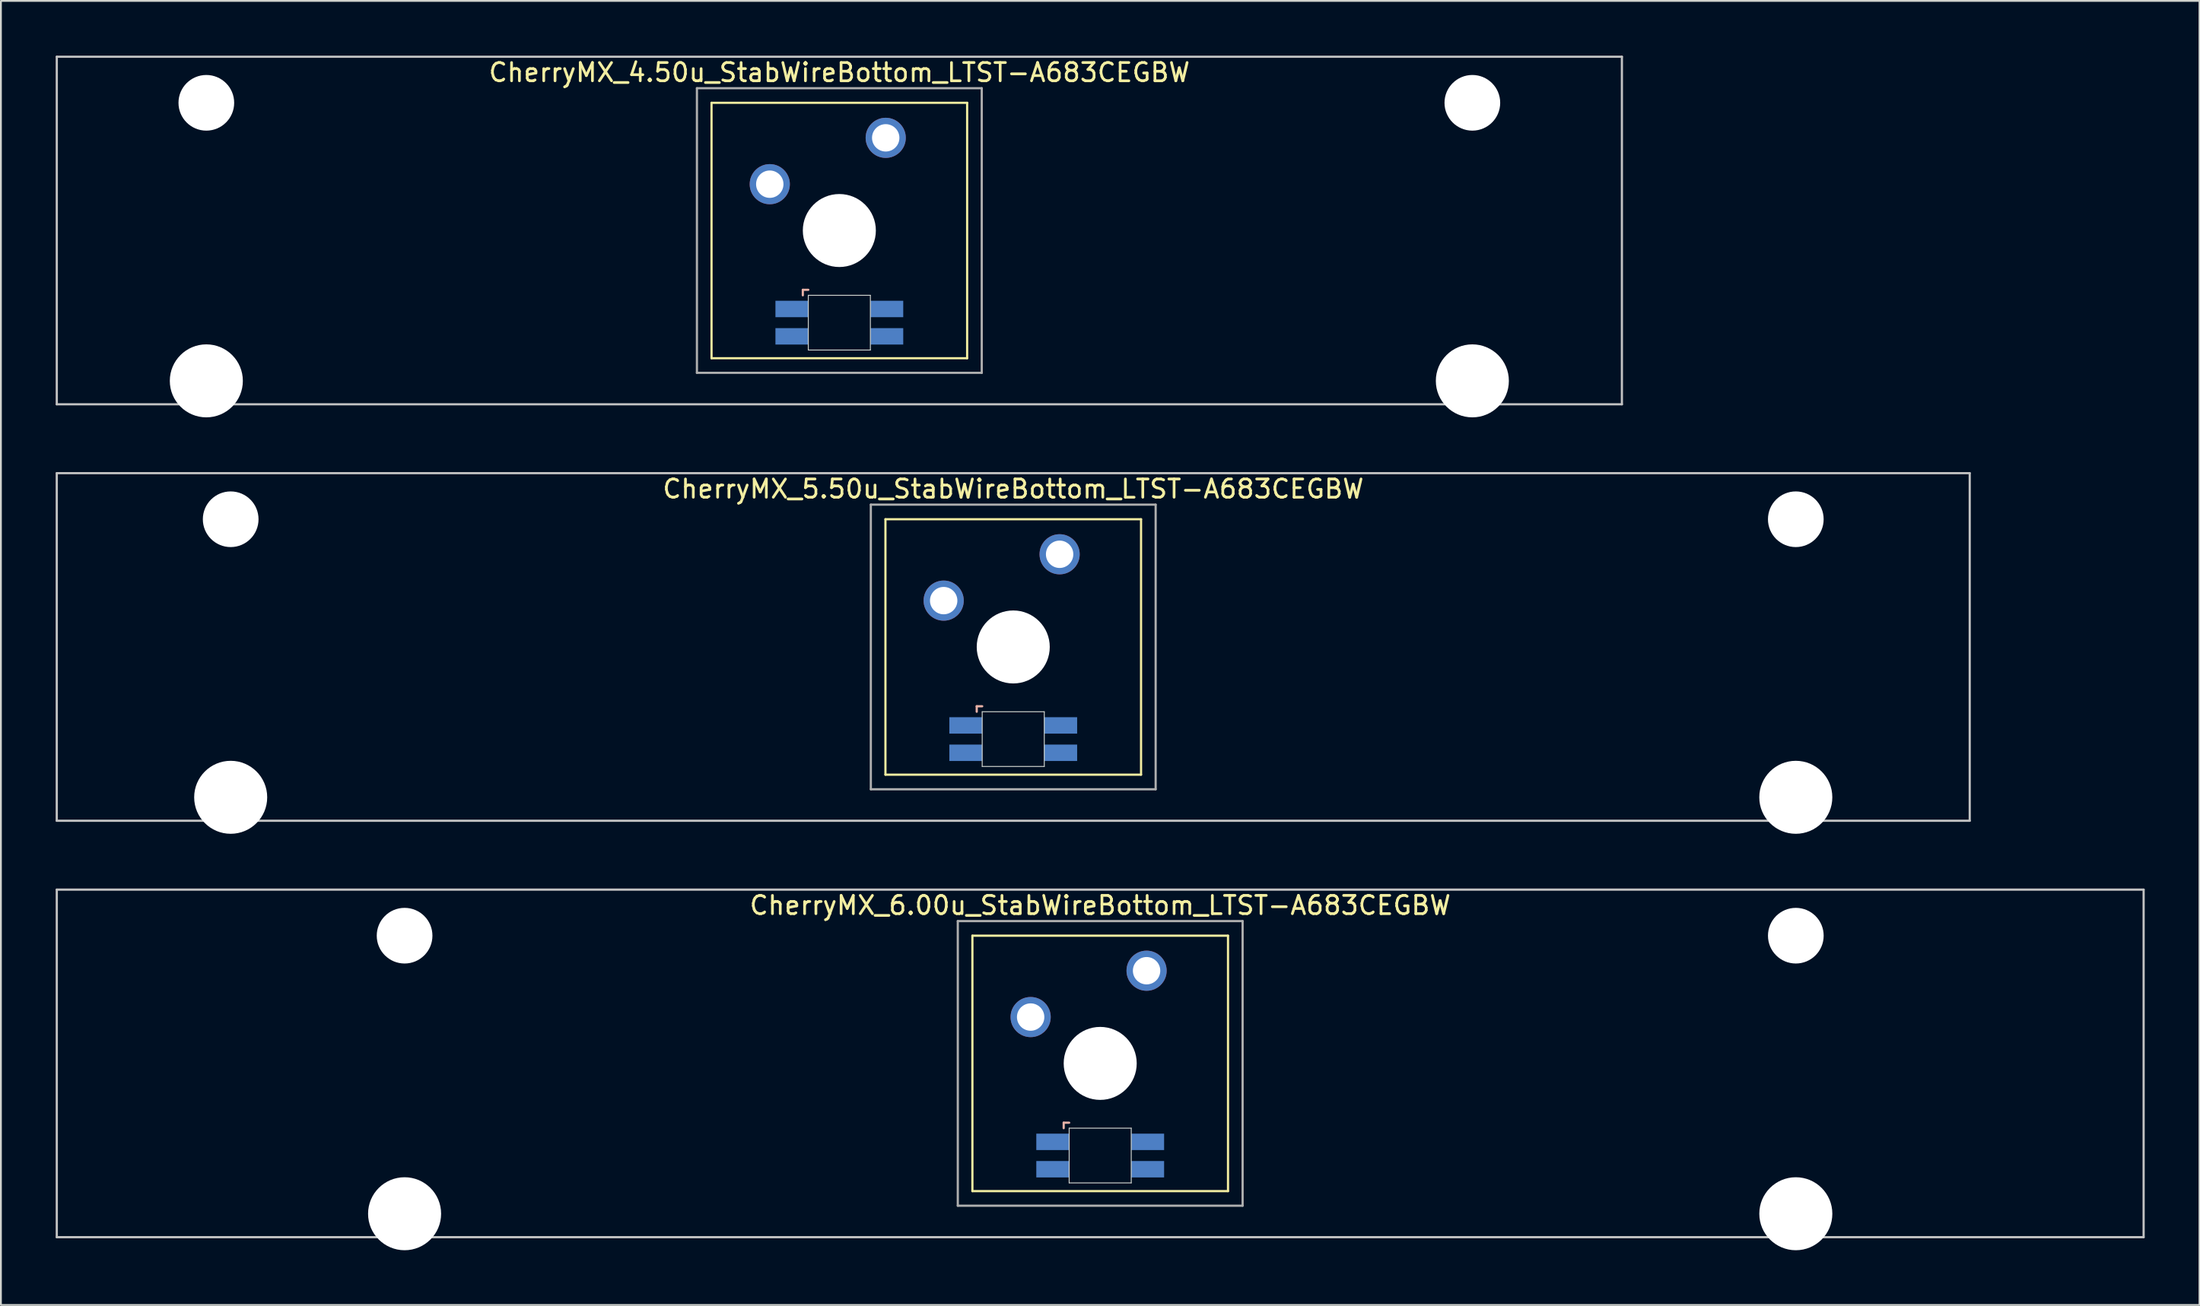
<source format=kicad_pcb>
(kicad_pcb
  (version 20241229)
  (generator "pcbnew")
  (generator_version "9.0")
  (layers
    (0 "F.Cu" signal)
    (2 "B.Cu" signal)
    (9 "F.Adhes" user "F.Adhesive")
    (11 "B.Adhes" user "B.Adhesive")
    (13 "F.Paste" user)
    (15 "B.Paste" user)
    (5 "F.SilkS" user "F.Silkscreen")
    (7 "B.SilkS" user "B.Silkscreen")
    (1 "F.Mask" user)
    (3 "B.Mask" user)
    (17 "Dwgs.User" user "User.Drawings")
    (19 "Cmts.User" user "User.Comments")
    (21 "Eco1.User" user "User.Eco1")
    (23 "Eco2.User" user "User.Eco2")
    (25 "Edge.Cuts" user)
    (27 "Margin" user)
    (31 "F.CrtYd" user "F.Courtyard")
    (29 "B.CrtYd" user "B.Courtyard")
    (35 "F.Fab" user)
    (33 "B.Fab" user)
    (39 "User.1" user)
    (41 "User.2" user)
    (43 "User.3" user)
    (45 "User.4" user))
  (footprint "CherryMX_4.50u_StabWireBottom_LTST-A683CEGBW"
    (layer "F.Cu")
    (at 42.922 9.585)
    (property "Reference" "CherryMX_4.50u_StabWireBottom_LTST-A683CEGBW" (at 0 -8.662 0) (layer "F.SilkS") (effects (font (size 1 1) (thickness 0.15))))
    (attr through_hole)
    (fp_line (start -7 -7) (end -7 7) (stroke (width 0.12) (type solid)) (layer "F.SilkS"))
    (fp_line (start -7 -7) (end 7 -7) (stroke (width 0.12) (type solid)) (layer "F.SilkS"))
    (fp_line (start 7 -7) (end 7 7) (stroke (width 0.12) (type solid)) (layer "F.SilkS"))
    (fp_line (start 7 7) (end -7 7) (stroke (width 0.12) (type solid)) (layer "F.SilkS"))
    (fp_line (start -2 3.25) (end -2 3.55) (stroke (width 0.12) (type solid)) (layer "B.SilkS"))
    (fp_line (start -1.7 3.25) (end -2 3.25) (stroke (width 0.12) (type solid)) (layer "B.SilkS"))
    (fp_line (start -42.862 -9.525) (end 42.862 -9.525) (stroke (width 0.12) (type solid)) (layer "Dwgs.User"))
    (fp_line (start -42.862 9.525) (end -42.862 -9.525) (stroke (width 0.12) (type solid)) (layer "Dwgs.User"))
    (fp_line (start 42.862 -9.525) (end 42.862 9.525) (stroke (width 0.12) (type solid)) (layer "Dwgs.User"))
    (fp_line (start 42.862 9.525) (end -42.862 9.525) (stroke (width 0.12) (type solid)) (layer "Dwgs.User"))
    (fp_line (start -1.7 3.55) (end 1.7 3.55) (stroke (width 0.05) (type solid)) (layer "Edge.Cuts"))
    (fp_line (start -1.7 6.55) (end -1.7 3.55) (stroke (width 0.05) (type solid)) (layer "Edge.Cuts"))
    (fp_line (start 1.7 3.55) (end 1.7 6.55) (stroke (width 0.05) (type solid)) (layer "Edge.Cuts"))
    (fp_line (start 1.7 6.55) (end -1.7 6.55) (stroke (width 0.05) (type solid)) (layer "Edge.Cuts"))
    (fp_line (start -7.8 -7.8) (end -7.8 7.8) (stroke (width 0.12) (type solid)) (layer "F.Fab"))
    (fp_line (start -7.8 -7.8) (end 7.8 -7.8) (stroke (width 0.12) (type solid)) (layer "F.Fab"))
    (fp_line (start -7.8 7.8) (end 7.8 7.8) (stroke (width 0.12) (type solid)) (layer "F.Fab"))
    (fp_line (start 7.8 -7.8) (end 7.8 7.8) (stroke (width 0.12) (type solid)) (layer "F.Fab"))
    (pad "" np_thru_hole circle (at -34.671 -7) (size 3.05 3.05) (drill 3.05) (layers "*.Cu" "*.Mask"))
    (pad "" np_thru_hole circle (at -34.671 8.24) (size 4 4) (drill 4) (layers "*.Cu" "*.Mask"))
    (pad "" np_thru_hole circle (at 0 0) (size 4 4) (drill 4) (layers "*.Cu" "*.Mask"))
    (pad "" np_thru_hole circle (at 34.671 -7) (size 3.05 3.05) (drill 3.05) (layers "*.Cu" "*.Mask"))
    (pad "" np_thru_hole circle (at 34.671 8.24) (size 4 4) (drill 4) (layers "*.Cu" "*.Mask"))
    (pad "1" thru_hole circle (at -3.81 -2.54) (size 2.2 2.2) (drill 1.5) (layers "*.Cu" "*.Mask"))
    (pad "2" thru_hole circle (at 2.54 -5.08) (size 2.2 2.2) (drill 1.5) (layers "*.Cu" "*.Mask"))
    (pad "3" smd rect (at -2.6 4.3) (size 1.8 0.9) (layers "B.Cu" "B.Mask" "B.Paste"))
    (pad "4" smd rect (at -2.6 5.8) (size 1.8 0.9) (layers "B.Cu" "B.Mask" "B.Paste"))
    (pad "5" smd rect (at 2.6 4.3) (size 1.8 0.9) (layers "B.Cu" "B.Mask" "B.Paste"))
    (pad "6" smd rect (at 2.6 5.8) (size 1.8 0.9) (layers "B.Cu" "B.Mask" "B.Paste")))
  (footprint "CherryMX_6.00u_StabWireBottom_LTST-A683CEGBW"
    (layer "F.Cu")
    (at 57.21 55.235)
    (property "Reference" "CherryMX_6.00u_StabWireBottom_LTST-A683CEGBW" (at 0 -8.662 0) (layer "F.SilkS") (effects (font (size 1 1) (thickness 0.15))))
    (attr through_hole)
    (fp_line (start -7 -7) (end -7 7) (stroke (width 0.12) (type solid)) (layer "F.SilkS"))
    (fp_line (start -7 -7) (end 7 -7) (stroke (width 0.12) (type solid)) (layer "F.SilkS"))
    (fp_line (start 7 -7) (end 7 7) (stroke (width 0.12) (type solid)) (layer "F.SilkS"))
    (fp_line (start 7 7) (end -7 7) (stroke (width 0.12) (type solid)) (layer "F.SilkS"))
    (fp_line (start -2 3.25) (end -2 3.55) (stroke (width 0.12) (type solid)) (layer "B.SilkS"))
    (fp_line (start -1.7 3.25) (end -2 3.25) (stroke (width 0.12) (type solid)) (layer "B.SilkS"))
    (fp_line (start -57.15 -9.525) (end 57.15 -9.525) (stroke (width 0.12) (type solid)) (layer "Dwgs.User"))
    (fp_line (start -57.15 9.525) (end -57.15 -9.525) (stroke (width 0.12) (type solid)) (layer "Dwgs.User"))
    (fp_line (start 57.15 -9.525) (end 57.15 9.525) (stroke (width 0.12) (type solid)) (layer "Dwgs.User"))
    (fp_line (start 57.15 9.525) (end -57.15 9.525) (stroke (width 0.12) (type solid)) (layer "Dwgs.User"))
    (fp_line (start -1.7 3.55) (end 1.7 3.55) (stroke (width 0.05) (type solid)) (layer "Edge.Cuts"))
    (fp_line (start -1.7 6.55) (end -1.7 3.55) (stroke (width 0.05) (type solid)) (layer "Edge.Cuts"))
    (fp_line (start 1.7 3.55) (end 1.7 6.55) (stroke (width 0.05) (type solid)) (layer "Edge.Cuts"))
    (fp_line (start 1.7 6.55) (end -1.7 6.55) (stroke (width 0.05) (type solid)) (layer "Edge.Cuts"))
    (fp_line (start -7.8 -7.8) (end -7.8 7.8) (stroke (width 0.12) (type solid)) (layer "F.Fab"))
    (fp_line (start -7.8 -7.8) (end 7.8 -7.8) (stroke (width 0.12) (type solid)) (layer "F.Fab"))
    (fp_line (start -7.8 7.8) (end 7.8 7.8) (stroke (width 0.12) (type solid)) (layer "F.Fab"))
    (fp_line (start 7.8 -7.8) (end 7.8 7.8) (stroke (width 0.12) (type solid)) (layer "F.Fab"))
    (pad "" np_thru_hole circle (at -38.1 -7) (size 3.05 3.05) (drill 3.05) (layers "*.Cu" "*.Mask"))
    (pad "" np_thru_hole circle (at -38.1 8.24) (size 4 4) (drill 4) (layers "*.Cu" "*.Mask"))
    (pad "" np_thru_hole circle (at 0 0) (size 4 4) (drill 4) (layers "*.Cu" "*.Mask"))
    (pad "" np_thru_hole circle (at 38.1 -7) (size 3.05 3.05) (drill 3.05) (layers "*.Cu" "*.Mask"))
    (pad "" np_thru_hole circle (at 38.1 8.24) (size 4 4) (drill 4) (layers "*.Cu" "*.Mask"))
    (pad "1" thru_hole circle (at -3.81 -2.54) (size 2.2 2.2) (drill 1.5) (layers "*.Cu" "*.Mask"))
    (pad "2" thru_hole circle (at 2.54 -5.08) (size 2.2 2.2) (drill 1.5) (layers "*.Cu" "*.Mask"))
    (pad "3" smd rect (at -2.6 4.3) (size 1.8 0.9) (layers "B.Cu" "B.Mask" "B.Paste"))
    (pad "4" smd rect (at -2.6 5.8) (size 1.8 0.9) (layers "B.Cu" "B.Mask" "B.Paste"))
    (pad "5" smd rect (at 2.6 4.3) (size 1.8 0.9) (layers "B.Cu" "B.Mask" "B.Paste"))
    (pad "6" smd rect (at 2.6 5.8) (size 1.8 0.9) (layers "B.Cu" "B.Mask" "B.Paste")))
  (footprint "CherryMX_5.50u_StabWireBottom_LTST-A683CEGBW"
    (layer "F.Cu")
    (at 52.447 32.41)
    (property "Reference" "CherryMX_5.50u_StabWireBottom_LTST-A683CEGBW" (at 0 -8.662 0) (layer "F.SilkS") (effects (font (size 1 1) (thickness 0.15))))
    (attr through_hole)
    (fp_line (start -7 -7) (end -7 7) (stroke (width 0.12) (type solid)) (layer "F.SilkS"))
    (fp_line (start -7 -7) (end 7 -7) (stroke (width 0.12) (type solid)) (layer "F.SilkS"))
    (fp_line (start 7 -7) (end 7 7) (stroke (width 0.12) (type solid)) (layer "F.SilkS"))
    (fp_line (start 7 7) (end -7 7) (stroke (width 0.12) (type solid)) (layer "F.SilkS"))
    (fp_line (start -2 3.25) (end -2 3.55) (stroke (width 0.12) (type solid)) (layer "B.SilkS"))
    (fp_line (start -1.7 3.25) (end -2 3.25) (stroke (width 0.12) (type solid)) (layer "B.SilkS"))
    (fp_line (start -52.388 -9.525) (end 52.388 -9.525) (stroke (width 0.12) (type solid)) (layer "Dwgs.User"))
    (fp_line (start -52.388 9.525) (end -52.388 -9.525) (stroke (width 0.12) (type solid)) (layer "Dwgs.User"))
    (fp_line (start 52.388 -9.525) (end 52.388 9.525) (stroke (width 0.12) (type solid)) (layer "Dwgs.User"))
    (fp_line (start 52.388 9.525) (end -52.388 9.525) (stroke (width 0.12) (type solid)) (layer "Dwgs.User"))
    (fp_line (start -1.7 3.55) (end 1.7 3.55) (stroke (width 0.05) (type solid)) (layer "Edge.Cuts"))
    (fp_line (start -1.7 6.55) (end -1.7 3.55) (stroke (width 0.05) (type solid)) (layer "Edge.Cuts"))
    (fp_line (start 1.7 3.55) (end 1.7 6.55) (stroke (width 0.05) (type solid)) (layer "Edge.Cuts"))
    (fp_line (start 1.7 6.55) (end -1.7 6.55) (stroke (width 0.05) (type solid)) (layer "Edge.Cuts"))
    (fp_line (start -7.8 -7.8) (end -7.8 7.8) (stroke (width 0.12) (type solid)) (layer "F.Fab"))
    (fp_line (start -7.8 -7.8) (end 7.8 -7.8) (stroke (width 0.12) (type solid)) (layer "F.Fab"))
    (fp_line (start -7.8 7.8) (end 7.8 7.8) (stroke (width 0.12) (type solid)) (layer "F.Fab"))
    (fp_line (start 7.8 -7.8) (end 7.8 7.8) (stroke (width 0.12) (type solid)) (layer "F.Fab"))
    (pad "" np_thru_hole circle (at -42.862 -7) (size 3.05 3.05) (drill 3.05) (layers "*.Cu" "*.Mask"))
    (pad "" np_thru_hole circle (at -42.862 8.24) (size 4 4) (drill 4) (layers "*.Cu" "*.Mask"))
    (pad "" np_thru_hole circle (at 0 0) (size 4 4) (drill 4) (layers "*.Cu" "*.Mask"))
    (pad "" np_thru_hole circle (at 42.862 -7) (size 3.05 3.05) (drill 3.05) (layers "*.Cu" "*.Mask"))
    (pad "" np_thru_hole circle (at 42.862 8.24) (size 4 4) (drill 4) (layers "*.Cu" "*.Mask"))
    (pad "1" thru_hole circle (at -3.81 -2.54) (size 2.2 2.2) (drill 1.5) (layers "*.Cu" "*.Mask"))
    (pad "2" thru_hole circle (at 2.54 -5.08) (size 2.2 2.2) (drill 1.5) (layers "*.Cu" "*.Mask"))
    (pad "3" smd rect (at -2.6 4.3) (size 1.8 0.9) (layers "B.Cu" "B.Mask" "B.Paste"))
    (pad "4" smd rect (at -2.6 5.8) (size 1.8 0.9) (layers "B.Cu" "B.Mask" "B.Paste"))
    (pad "5" smd rect (at 2.6 4.3) (size 1.8 0.9) (layers "B.Cu" "B.Mask" "B.Paste"))
    (pad "6" smd rect (at 2.6 5.8) (size 1.8 0.9) (layers "B.Cu" "B.Mask" "B.Paste")))
  (gr_rect
    (start -3 -3)
    (end 117.42 68.475)
    (stroke (width 0.1) (type default))
    (fill no)
    (layer "Edge.Cuts")))
</source>
